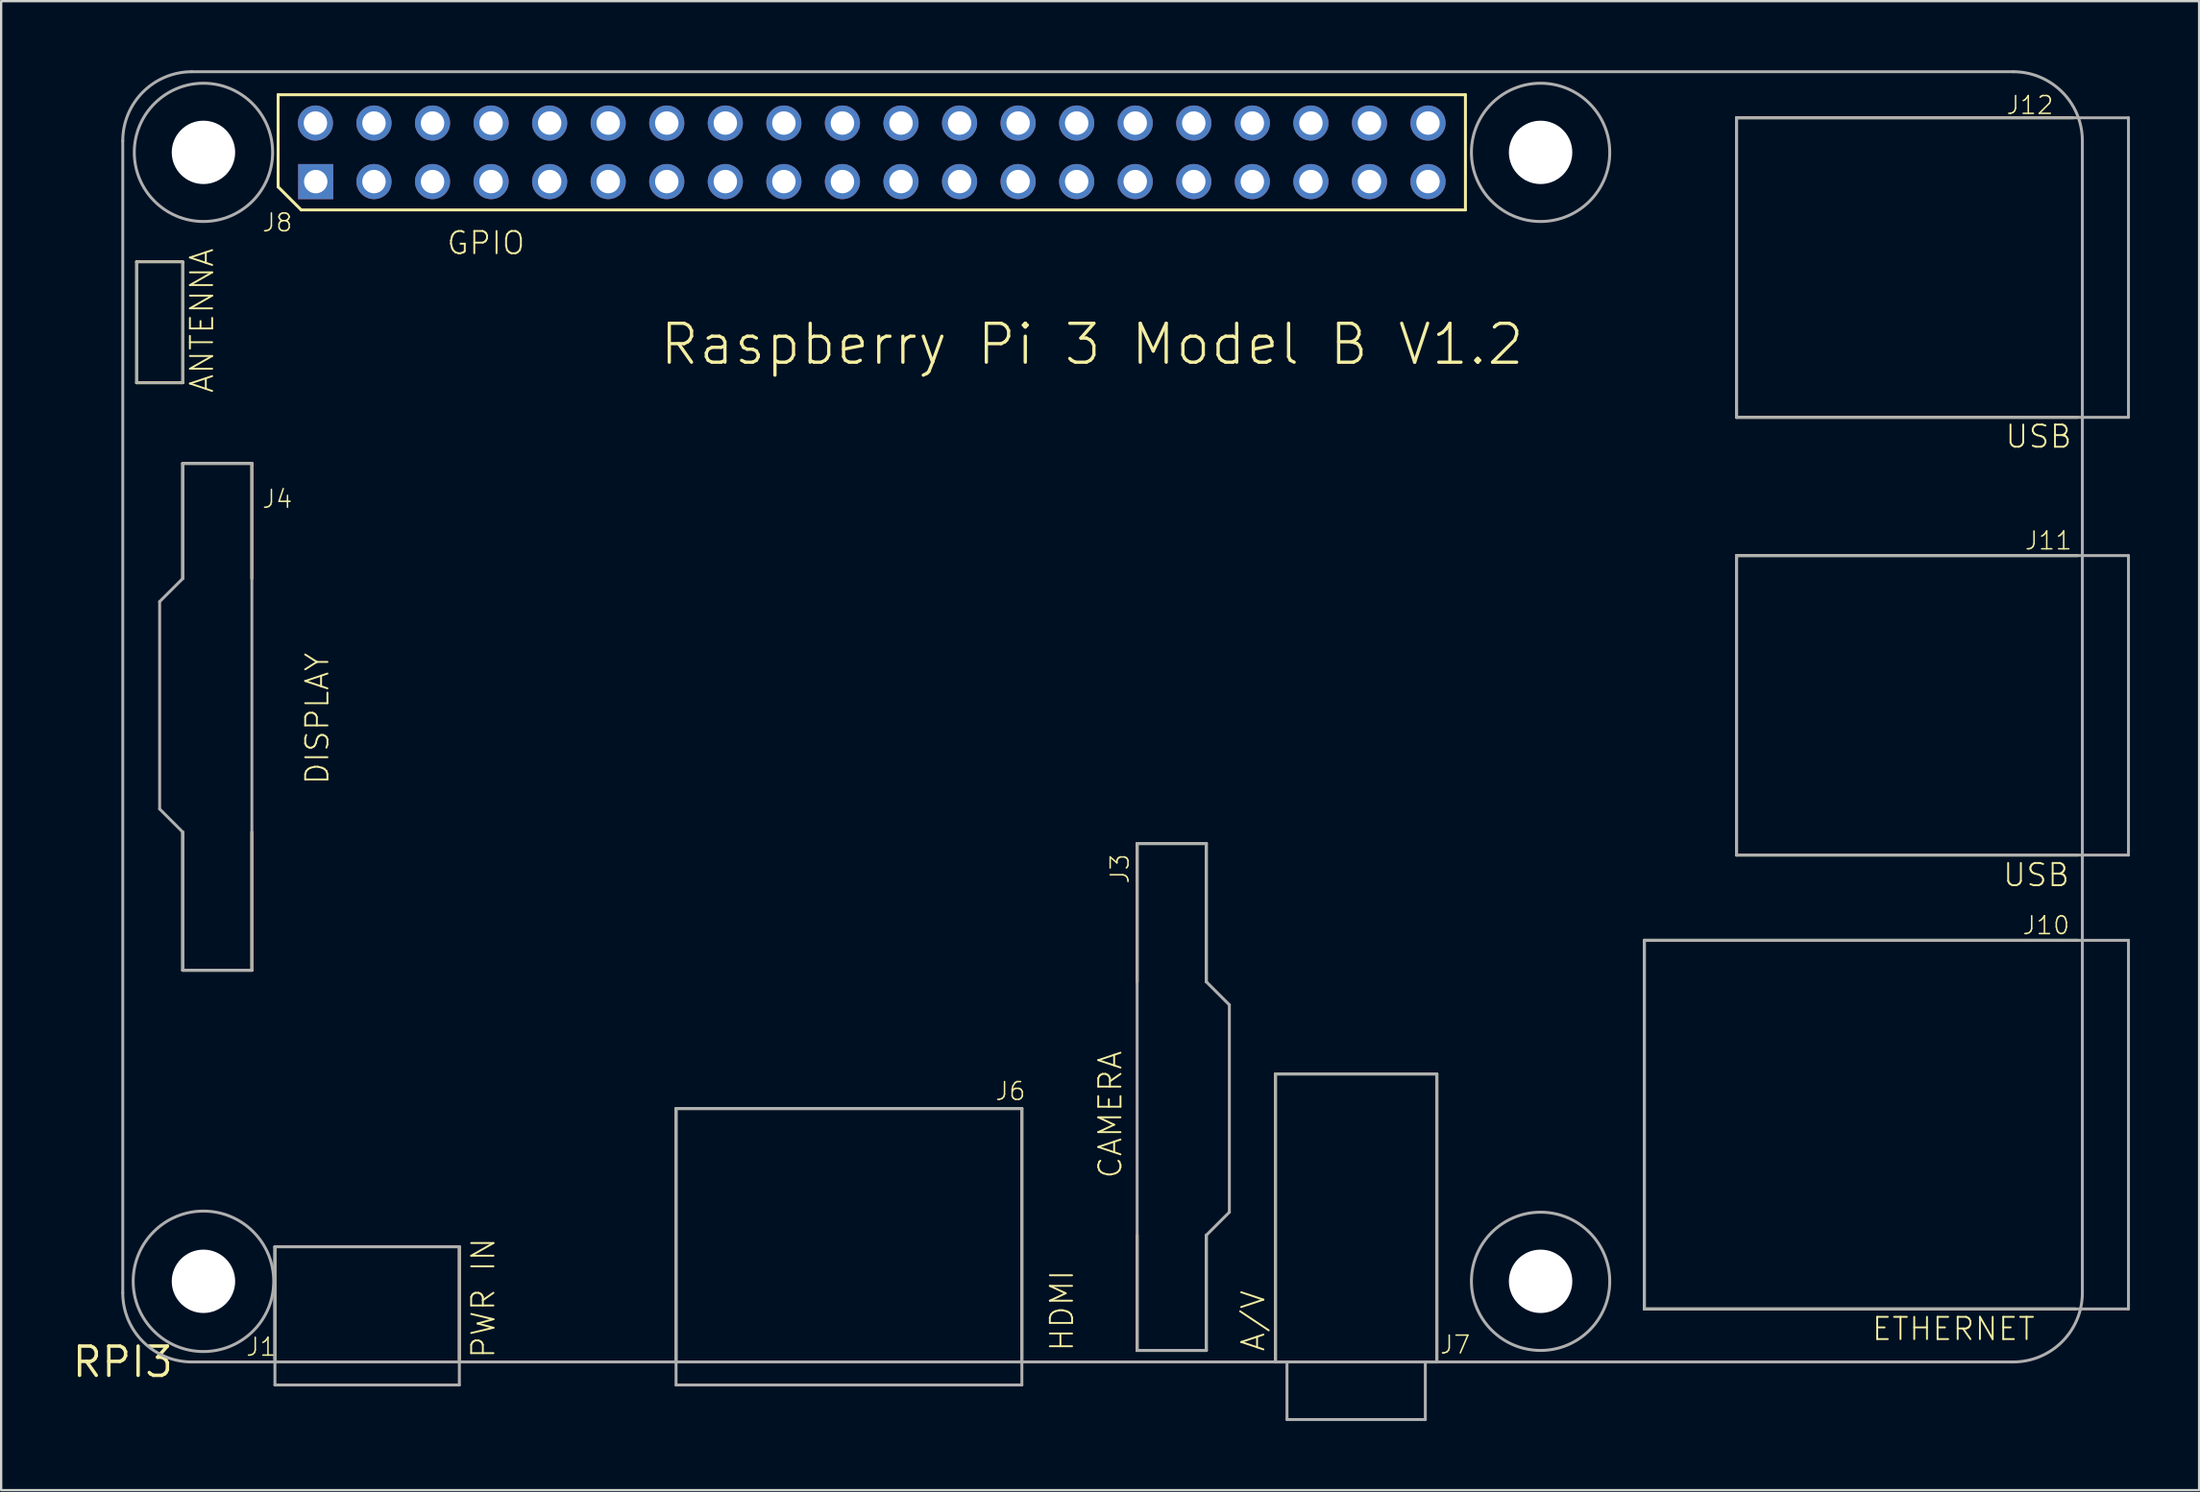
<source format=kicad_pcb>
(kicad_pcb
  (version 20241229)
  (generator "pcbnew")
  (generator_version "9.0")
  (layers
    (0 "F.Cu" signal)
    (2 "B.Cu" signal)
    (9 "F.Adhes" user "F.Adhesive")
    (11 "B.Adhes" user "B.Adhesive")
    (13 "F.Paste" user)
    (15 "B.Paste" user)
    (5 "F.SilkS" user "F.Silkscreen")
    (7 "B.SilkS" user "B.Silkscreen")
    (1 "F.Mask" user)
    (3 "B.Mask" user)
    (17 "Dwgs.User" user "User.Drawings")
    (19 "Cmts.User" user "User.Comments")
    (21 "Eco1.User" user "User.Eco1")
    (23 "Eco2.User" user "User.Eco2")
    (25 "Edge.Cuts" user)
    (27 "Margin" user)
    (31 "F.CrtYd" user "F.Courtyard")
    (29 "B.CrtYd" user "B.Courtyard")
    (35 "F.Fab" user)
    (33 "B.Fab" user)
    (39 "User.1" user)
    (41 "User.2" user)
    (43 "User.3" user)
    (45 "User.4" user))
  (footprint "RPI3"
    (layer "F.Cu")
    (at 2.275 56.063)
    (property "Reference" "RPI3" (at 0 0 0) (layer "F.SilkS") (effects (font (size 1.27 1.27) (thickness 0.15))))
    (attr through_hole)
    (fp_line (start 0.6 -47.75) (end 0.6 -42.5) (stroke (width 0.127) (type solid)) (layer "F.SilkS"))
    (fp_line (start 0.6 -42.5) (end 2.6 -42.5) (stroke (width 0.127) (type solid)) (layer "F.SilkS"))
    (fp_line (start 2.6 -47.75) (end 0.6 -47.75) (stroke (width 0.127) (type solid)) (layer "F.SilkS"))
    (fp_line (start 2.6 -42.5) (end 2.6 -47.75) (stroke (width 0.127) (type solid)) (layer "F.SilkS"))
    (fp_line (start 2.6 -39) (end 5.6 -39) (stroke (width 0.127) (type solid)) (layer "F.SilkS"))
    (fp_line (start 2.6 -34) (end 2.6 -39) (stroke (width 0.127) (type solid)) (layer "F.SilkS"))
    (fp_line (start 2.6 -23) (end 2.6 -17) (stroke (width 0.127) (type solid)) (layer "F.SilkS"))
    (fp_line (start 2.6 -17) (end 5.6 -17) (stroke (width 0.127) (type solid)) (layer "F.SilkS"))
    (fp_line (start 5.6 -39) (end 5.6 -34) (stroke (width 0.127) (type solid)) (layer "F.SilkS"))
    (fp_line (start 5.6 -17) (end 5.6 -23) (stroke (width 0.127) (type solid)) (layer "F.SilkS"))
    (fp_line (start 6.6 -5) (end 14.6 -5) (stroke (width 0.127) (type solid)) (layer "F.SilkS"))
    (fp_line (start 6.6 -0.1) (end 6.6 -5) (stroke (width 0.127) (type solid)) (layer "F.SilkS"))
    (fp_line (start 6.739 -55.002) (end 6.739 -51.002) (stroke (width 0.127) (type solid)) (layer "F.SilkS"))
    (fp_line (start 6.739 -51.002) (end 7.739 -50.002) (stroke (width 0.127) (type solid)) (layer "F.SilkS"))
    (fp_line (start 7.739 -50.002) (end 58.239 -50.002) (stroke (width 0.127) (type solid)) (layer "F.SilkS"))
    (fp_line (start 14.6 -5) (end 14.6 -0.1) (stroke (width 0.127) (type solid)) (layer "F.SilkS"))
    (fp_line (start 24 -11) (end 39 -11) (stroke (width 0.127) (type solid)) (layer "F.SilkS"))
    (fp_line (start 24 -0.1) (end 24 -11) (stroke (width 0.127) (type solid)) (layer "F.SilkS"))
    (fp_line (start 39 -11) (end 39 -0.1) (stroke (width 0.127) (type solid)) (layer "F.SilkS"))
    (fp_line (start 44 -22.5) (end 44 -16.5) (stroke (width 0.127) (type solid)) (layer "F.SilkS"))
    (fp_line (start 44 -0.5) (end 44 -5.5) (stroke (width 0.127) (type solid)) (layer "F.SilkS"))
    (fp_line (start 47 -22.5) (end 44 -22.5) (stroke (width 0.127) (type solid)) (layer "F.SilkS"))
    (fp_line (start 47 -16.5) (end 47 -22.5) (stroke (width 0.127) (type solid)) (layer "F.SilkS"))
    (fp_line (start 47 -5.5) (end 47 -0.5) (stroke (width 0.127) (type solid)) (layer "F.SilkS"))
    (fp_line (start 47 -0.5) (end 44 -0.5) (stroke (width 0.127) (type solid)) (layer "F.SilkS"))
    (fp_line (start 50 -12.5) (end 57 -12.5) (stroke (width 0.127) (type solid)) (layer "F.SilkS"))
    (fp_line (start 50 -0.1) (end 50 -12.5) (stroke (width 0.127) (type solid)) (layer "F.SilkS"))
    (fp_line (start 57 -12.5) (end 57 -0.1) (stroke (width 0.127) (type solid)) (layer "F.SilkS"))
    (fp_line (start 58.239 -55.002) (end 6.739 -55.002) (stroke (width 0.127) (type solid)) (layer "F.SilkS"))
    (fp_line (start 58.239 -50.002) (end 58.239 -55.002) (stroke (width 0.127) (type solid)) (layer "F.SilkS"))
    (fp_line (start 66 -18.3) (end 84.8 -18.3) (stroke (width 0.127) (type solid)) (layer "F.SilkS"))
    (fp_line (start 66 -2.3) (end 66 -18.3) (stroke (width 0.127) (type solid)) (layer "F.SilkS"))
    (fp_line (start 70 -54) (end 70 -41) (stroke (width 0.127) (type solid)) (layer "F.SilkS"))
    (fp_line (start 70 -41) (end 84.8 -41) (stroke (width 0.127) (type solid)) (layer "F.SilkS"))
    (fp_line (start 70 -35) (end 84.8 -35) (stroke (width 0.127) (type solid)) (layer "F.SilkS"))
    (fp_line (start 70 -22) (end 70 -35) (stroke (width 0.127) (type solid)) (layer "F.SilkS"))
    (fp_line (start 84.6 -54) (end 70 -54) (stroke (width 0.127) (type solid)) (layer "F.SilkS"))
    (fp_line (start 84.7 -2.3) (end 66 -2.3) (stroke (width 0.127) (type solid)) (layer "F.SilkS"))
    (fp_line (start 84.8 -22) (end 70 -22) (stroke (width 0.127) (type solid)) (layer "F.SilkS"))
    (fp_line (start 0 -53) (end 0 -3) (stroke (width 0.127) (type solid)) (layer "F.Fab"))
    (fp_line (start 1.6 -33) (end 2.6 -34) (stroke (width 0.127) (type solid)) (layer "F.Fab"))
    (fp_line (start 1.6 -24) (end 1.6 -33) (stroke (width 0.127) (type solid)) (layer "F.Fab"))
    (fp_line (start 2.6 -39) (end 5.6 -39) (stroke (width 0.127) (type solid)) (layer "F.Fab"))
    (fp_line (start 2.6 -34) (end 2.6 -39) (stroke (width 0.127) (type solid)) (layer "F.Fab"))
    (fp_line (start 2.6 -23) (end 1.6 -24) (stroke (width 0.127) (type solid)) (layer "F.Fab"))
    (fp_line (start 2.6 -17) (end 2.6 -23) (stroke (width 0.127) (type solid)) (layer "F.Fab"))
    (fp_line (start 3 0) (end 82 0) (stroke (width 0.127) (type solid)) (layer "F.Fab"))
    (fp_line (start 5.6 -39) (end 5.6 -17) (stroke (width 0.127) (type solid)) (layer "F.Fab"))
    (fp_line (start 5.6 -17) (end 2.6 -17) (stroke (width 0.127) (type solid)) (layer "F.Fab"))
    (fp_line (start 6.6 -5) (end 6.6 1) (stroke (width 0.127) (type solid)) (layer "F.Fab"))
    (fp_line (start 6.6 1) (end 14.6 1) (stroke (width 0.127) (type solid)) (layer "F.Fab"))
    (fp_line (start 14.6 -5) (end 6.6 -5) (stroke (width 0.127) (type solid)) (layer "F.Fab"))
    (fp_line (start 14.6 1) (end 14.6 -5) (stroke (width 0.127) (type solid)) (layer "F.Fab"))
    (fp_line (start 24 -11) (end 24 1) (stroke (width 0.127) (type solid)) (layer "F.Fab"))
    (fp_line (start 24 1) (end 39 1) (stroke (width 0.127) (type solid)) (layer "F.Fab"))
    (fp_line (start 39 -11) (end 24 -11) (stroke (width 0.127) (type solid)) (layer "F.Fab"))
    (fp_line (start 39 1) (end 39 -11) (stroke (width 0.127) (type solid)) (layer "F.Fab"))
    (fp_line (start 44 -22.5) (end 47 -22.5) (stroke (width 0.127) (type solid)) (layer "F.Fab"))
    (fp_line (start 44 -0.5) (end 44 -22.5) (stroke (width 0.127) (type solid)) (layer "F.Fab"))
    (fp_line (start 47 -22.5) (end 47 -16.5) (stroke (width 0.127) (type solid)) (layer "F.Fab"))
    (fp_line (start 47 -16.5) (end 48 -15.5) (stroke (width 0.127) (type solid)) (layer "F.Fab"))
    (fp_line (start 47 -5.5) (end 47 -0.5) (stroke (width 0.127) (type solid)) (layer "F.Fab"))
    (fp_line (start 47 -0.5) (end 44 -0.5) (stroke (width 0.127) (type solid)) (layer "F.Fab"))
    (fp_line (start 48 -15.5) (end 48 -6.5) (stroke (width 0.127) (type solid)) (layer "F.Fab"))
    (fp_line (start 48 -6.5) (end 47 -5.5) (stroke (width 0.127) (type solid)) (layer "F.Fab"))
    (fp_line (start 50 -12.5) (end 50 0) (stroke (width 0.127) (type solid)) (layer "F.Fab"))
    (fp_line (start 50 0) (end 50.5 0) (stroke (width 0.127) (type solid)) (layer "F.Fab"))
    (fp_line (start 50.5 0) (end 50.5 2.5) (stroke (width 0.127) (type solid)) (layer "F.Fab"))
    (fp_line (start 50.5 2.5) (end 56.5 2.5) (stroke (width 0.127) (type solid)) (layer "F.Fab"))
    (fp_line (start 56.5 0) (end 57 0) (stroke (width 0.127) (type solid)) (layer "F.Fab"))
    (fp_line (start 56.5 2.5) (end 56.5 0) (stroke (width 0.127) (type solid)) (layer "F.Fab"))
    (fp_line (start 57 -12.5) (end 50 -12.5) (stroke (width 0.127) (type solid)) (layer "F.Fab"))
    (fp_line (start 57 0) (end 57 -12.5) (stroke (width 0.127) (type solid)) (layer "F.Fab"))
    (fp_line (start 66 -18.3) (end 66 -2.3) (stroke (width 0.127) (type solid)) (layer "F.Fab"))
    (fp_line (start 66 -2.3) (end 87 -2.3) (stroke (width 0.127) (type solid)) (layer "F.Fab"))
    (fp_line (start 70 -54) (end 70 -41) (stroke (width 0.127) (type solid)) (layer "F.Fab"))
    (fp_line (start 70 -41) (end 87 -41) (stroke (width 0.127) (type solid)) (layer "F.Fab"))
    (fp_line (start 70 -35) (end 70 -22) (stroke (width 0.127) (type solid)) (layer "F.Fab"))
    (fp_line (start 70 -22) (end 87 -22) (stroke (width 0.127) (type solid)) (layer "F.Fab"))
    (fp_line (start 82 -56) (end 3 -56) (stroke (width 0.127) (type solid)) (layer "F.Fab"))
    (fp_line (start 85 -3) (end 85 -53) (stroke (width 0.127) (type solid)) (layer "F.Fab"))
    (fp_line (start 87 -54) (end 70 -54) (stroke (width 0.127) (type solid)) (layer "F.Fab"))
    (fp_line (start 87 -41) (end 87 -54) (stroke (width 0.127) (type solid)) (layer "F.Fab"))
    (fp_line (start 87 -35) (end 70 -35) (stroke (width 0.127) (type solid)) (layer "F.Fab"))
    (fp_line (start 87 -22) (end 87 -35) (stroke (width 0.127) (type solid)) (layer "F.Fab"))
    (fp_line (start 87 -18.3) (end 66 -18.3) (stroke (width 0.127) (type solid)) (layer "F.Fab"))
    (fp_line (start 87 -2.3) (end 87 -18.3) (stroke (width 0.127) (type solid)) (layer "F.Fab"))
    (fp_arc (start 0 -53) (mid 0.87868 -55.12132) (end 3 -56) (stroke (width 0.127) (type solid)) (layer "F.Fab"))
    (fp_arc (start 3 0) (mid 0.87868 -0.87868) (end 0 -3) (stroke (width 0.127) (type solid)) (layer "F.Fab"))
    (fp_arc (start 82 -56) (mid 84.12132 -55.12132) (end 85 -53) (stroke (width 0.127) (type solid)) (layer "F.Fab"))
    (fp_arc (start 85 -3) (mid 84.12132 -0.87868) (end 82 0) (stroke (width 0.127) (type solid)) (layer "F.Fab"))
    (fp_circle (center 3.5 -52.5) (end 6.5 -52.5) (stroke (width 0.127) (type solid)) (fill no) (layer "F.Fab"))
    (fp_circle (center 3.5 -3.5) (end 6.548 -3.5) (stroke (width 0.127) (type solid)) (fill no) (layer "F.Fab"))
    (fp_circle (center 61.5 -52.5) (end 64.5 -52.5) (stroke (width 0.127) (type solid)) (fill no) (layer "F.Fab"))
    (fp_circle (center 61.5 -3.5) (end 64.5 -3.5) (stroke (width 0.127) (type solid)) (fill no) (layer "F.Fab"))
    (fp_poly (pts (xy 0.6 -42.5) (xy 2.6 -42.5) (xy 2.6 -47.75) (xy 0.6 -47.75)) (stroke (width 0.1) (type solid)) (fill no) (layer "F.Fab"))
    (fp_text user "HDMI" (at 41.3 -0.4 90) (layer "F.SilkS") (effects (font (size 0.965 0.965) (thickness 0.081)) (justify left bottom)))
    (fp_text user "CAMERA" (at 43.4 -7.9 90) (layer "F.SilkS") (effects (font (size 0.965 0.965) (thickness 0.081)) (justify left bottom)))
    (fp_text user "Raspberry Pi 3 Model B V1.2" (at 23.21 -43.18 0) (layer "F.SilkS") (effects (font (size 1.689 1.689) (thickness 0.142)) (justify left bottom)))
    (fp_text user "J11" (at 84.6 -36.1 0) (layer "F.SilkS") (effects (font (size 0.772 0.772) (thickness 0.065)) (justify right top)))
    (fp_text user "GPIO" (at 14 -48 0) (layer "F.SilkS") (effects (font (size 0.965 0.965) (thickness 0.081)) (justify left bottom)))
    (fp_text user "J6" (at 37.8 -11.3 0) (layer "F.SilkS") (effects (font (size 0.772 0.772) (thickness 0.065)) (justify left bottom)))
    (fp_text user "J10" (at 84.5 -19.4 0) (layer "F.SilkS") (effects (font (size 0.772 0.772) (thickness 0.065)) (justify right top)))
    (fp_text user "USB" (at 84.5 -21.7 0) (layer "F.SilkS") (effects (font (size 0.965 0.965) (thickness 0.081)) (justify right top)))
    (fp_text user "PWR IN" (at 16.2 -0.1 90) (layer "F.SilkS") (effects (font (size 0.965 0.965) (thickness 0.081)) (justify left bottom)))
    (fp_text user "A/V" (at 49.6 -0.4 90) (layer "F.SilkS") (effects (font (size 0.965 0.965) (thickness 0.081)) (justify left bottom)))
    (fp_text user "J3" (at 43.7 -20.7 90) (layer "F.SilkS") (effects (font (size 0.772 0.772) (thickness 0.065)) (justify left bottom)))
    (fp_text user "ETHERNET" (at 83 -2 0) (layer "F.SilkS") (effects (font (size 0.965 0.965) (thickness 0.081)) (justify right top)))
    (fp_text user "USB" (at 81.6 -39.6 0) (layer "F.SilkS") (effects (font (size 0.965 0.965) (thickness 0.081)) (justify left bottom)))
    (fp_text user "J1" (at 5.3 -0.2 0) (layer "F.SilkS") (effects (font (size 0.772 0.772) (thickness 0.065)) (justify left bottom)))
    (fp_text user "J7" (at 58.5 -1.2 0) (layer "F.SilkS") (effects (font (size 0.772 0.772) (thickness 0.065)) (justify right top)))
    (fp_text user "ANTENNA" (at 4 -42 90) (layer "F.SilkS") (effects (font (size 0.965 0.965) (thickness 0.081)) (justify left bottom)))
    (fp_text user "DISPLAY" (at 9 -25 90) (layer "F.SilkS") (effects (font (size 0.965 0.965) (thickness 0.081)) (justify left bottom)))
    (fp_text user "J4" (at 6 -37 0) (layer "F.SilkS") (effects (font (size 0.772 0.772) (thickness 0.065)) (justify left bottom)))
    (fp_text user "J12" (at 83.8 -55 0) (layer "F.SilkS") (effects (font (size 0.772 0.772) (thickness 0.065)) (justify right top)))
    (fp_text user "J8" (at 6 -49 0) (layer "F.SilkS") (effects (font (size 0.772 0.772) (thickness 0.065)) (justify left bottom)))
    (pad "" np_thru_hole circle (at 3.5 -52.5) (size 2.75 2.75) (drill 2.75) (layers "*.Cu"))
    (pad "" np_thru_hole circle (at 3.5 -3.5) (size 2.75 2.75) (drill 2.75) (layers "*.Cu"))
    (pad "" np_thru_hole circle (at 61.5 -52.5) (size 2.75 2.75) (drill 2.75) (layers "*.Cu"))
    (pad "" np_thru_hole circle (at 61.5 -3.5) (size 2.75 2.75) (drill 2.75) (layers "*.Cu"))
    (pad "P$1" thru_hole rect (at 8.37 -51.23) (size 1.524 1.524) (drill 1.016) (layers "*.Cu" "*.Mask"))
    (pad "P$2" thru_hole circle (at 8.357 -53.772) (size 1.524 1.524) (drill 1.016) (layers "*.Cu" "*.Mask"))
    (pad "P$3" thru_hole circle (at 10.897 -51.232) (size 1.524 1.524) (drill 1.016) (layers "*.Cu" "*.Mask"))
    (pad "P$4" thru_hole circle (at 10.897 -53.772) (size 1.524 1.524) (drill 1.016) (layers "*.Cu" "*.Mask"))
    (pad "P$5" thru_hole circle (at 13.437 -51.232) (size 1.524 1.524) (drill 1.016) (layers "*.Cu" "*.Mask"))
    (pad "P$6" thru_hole circle (at 13.437 -53.772) (size 1.524 1.524) (drill 1.016) (layers "*.Cu" "*.Mask"))
    (pad "P$7" thru_hole circle (at 15.977 -51.232) (size 1.524 1.524) (drill 1.016) (layers "*.Cu" "*.Mask"))
    (pad "P$8" thru_hole circle (at 15.977 -53.772) (size 1.524 1.524) (drill 1.016) (layers "*.Cu" "*.Mask"))
    (pad "P$9" thru_hole circle (at 18.517 -51.232) (size 1.524 1.524) (drill 1.016) (layers "*.Cu" "*.Mask"))
    (pad "P$10" thru_hole circle (at 18.517 -53.772) (size 1.524 1.524) (drill 1.016) (layers "*.Cu" "*.Mask"))
    (pad "P$11" thru_hole circle (at 21.057 -51.232) (size 1.524 1.524) (drill 1.016) (layers "*.Cu" "*.Mask"))
    (pad "P$12" thru_hole circle (at 21.057 -53.772) (size 1.524 1.524) (drill 1.016) (layers "*.Cu" "*.Mask"))
    (pad "P$13" thru_hole circle (at 23.597 -51.232) (size 1.524 1.524) (drill 1.016) (layers "*.Cu" "*.Mask"))
    (pad "P$14" thru_hole circle (at 23.597 -53.772) (size 1.524 1.524) (drill 1.016) (layers "*.Cu" "*.Mask"))
    (pad "P$15" thru_hole circle (at 26.137 -51.232) (size 1.524 1.524) (drill 1.016) (layers "*.Cu" "*.Mask"))
    (pad "P$16" thru_hole circle (at 26.137 -53.772) (size 1.524 1.524) (drill 1.016) (layers "*.Cu" "*.Mask"))
    (pad "P$17" thru_hole circle (at 28.677 -51.232) (size 1.524 1.524) (drill 1.016) (layers "*.Cu" "*.Mask"))
    (pad "P$18" thru_hole circle (at 28.677 -53.772) (size 1.524 1.524) (drill 1.016) (layers "*.Cu" "*.Mask"))
    (pad "P$19" thru_hole circle (at 31.217 -51.232) (size 1.524 1.524) (drill 1.016) (layers "*.Cu" "*.Mask"))
    (pad "P$20" thru_hole circle (at 31.217 -53.772) (size 1.524 1.524) (drill 1.016) (layers "*.Cu" "*.Mask"))
    (pad "P$21" thru_hole circle (at 33.757 -51.232) (size 1.524 1.524) (drill 1.016) (layers "*.Cu" "*.Mask"))
    (pad "P$22" thru_hole circle (at 33.757 -53.772) (size 1.524 1.524) (drill 1.016) (layers "*.Cu" "*.Mask"))
    (pad "P$23" thru_hole circle (at 36.297 -51.232) (size 1.524 1.524) (drill 1.016) (layers "*.Cu" "*.Mask"))
    (pad "P$24" thru_hole circle (at 36.297 -53.772) (size 1.524 1.524) (drill 1.016) (layers "*.Cu" "*.Mask"))
    (pad "P$25" thru_hole circle (at 38.837 -51.232) (size 1.524 1.524) (drill 1.016) (layers "*.Cu" "*.Mask"))
    (pad "P$26" thru_hole circle (at 38.837 -53.772) (size 1.524 1.524) (drill 1.016) (layers "*.Cu" "*.Mask"))
    (pad "P$27" thru_hole circle (at 41.377 -51.232) (size 1.524 1.524) (drill 1.016) (layers "*.Cu" "*.Mask"))
    (pad "P$28" thru_hole circle (at 41.377 -53.772) (size 1.524 1.524) (drill 1.016) (layers "*.Cu" "*.Mask"))
    (pad "P$29" thru_hole circle (at 43.917 -51.232) (size 1.524 1.524) (drill 1.016) (layers "*.Cu" "*.Mask"))
    (pad "P$30" thru_hole circle (at 43.917 -53.772) (size 1.524 1.524) (drill 1.016) (layers "*.Cu" "*.Mask"))
    (pad "P$31" thru_hole circle (at 46.457 -51.232) (size 1.524 1.524) (drill 1.016) (layers "*.Cu" "*.Mask"))
    (pad "P$32" thru_hole circle (at 46.457 -53.772) (size 1.524 1.524) (drill 1.016) (layers "*.Cu" "*.Mask"))
    (pad "P$33" thru_hole circle (at 48.997 -51.232) (size 1.524 1.524) (drill 1.016) (layers "*.Cu" "*.Mask"))
    (pad "P$34" thru_hole circle (at 48.997 -53.772) (size 1.524 1.524) (drill 1.016) (layers "*.Cu" "*.Mask"))
    (pad "P$35" thru_hole circle (at 51.537 -51.232) (size 1.524 1.524) (drill 1.016) (layers "*.Cu" "*.Mask"))
    (pad "P$36" thru_hole circle (at 51.537 -53.772) (size 1.524 1.524) (drill 1.016) (layers "*.Cu" "*.Mask"))
    (pad "P$37" thru_hole circle (at 54.077 -51.232) (size 1.524 1.524) (drill 1.016) (layers "*.Cu" "*.Mask"))
    (pad "P$38" thru_hole circle (at 54.077 -53.772) (size 1.524 1.524) (drill 1.016) (layers "*.Cu" "*.Mask"))
    (pad "P$39" thru_hole circle (at 56.617 -51.232) (size 1.524 1.524) (drill 1.016) (layers "*.Cu" "*.Mask"))
    (pad "P$40" thru_hole circle (at 56.617 -53.772) (size 1.524 1.524) (drill 1.016) (layers "*.Cu" "*.Mask")))
  (gr_rect
    (start -3 -3)
    (end 92.339 61.627)
    (stroke (width 0.1) (type default))
    (fill no)
    (layer "Edge.Cuts")))
</source>
